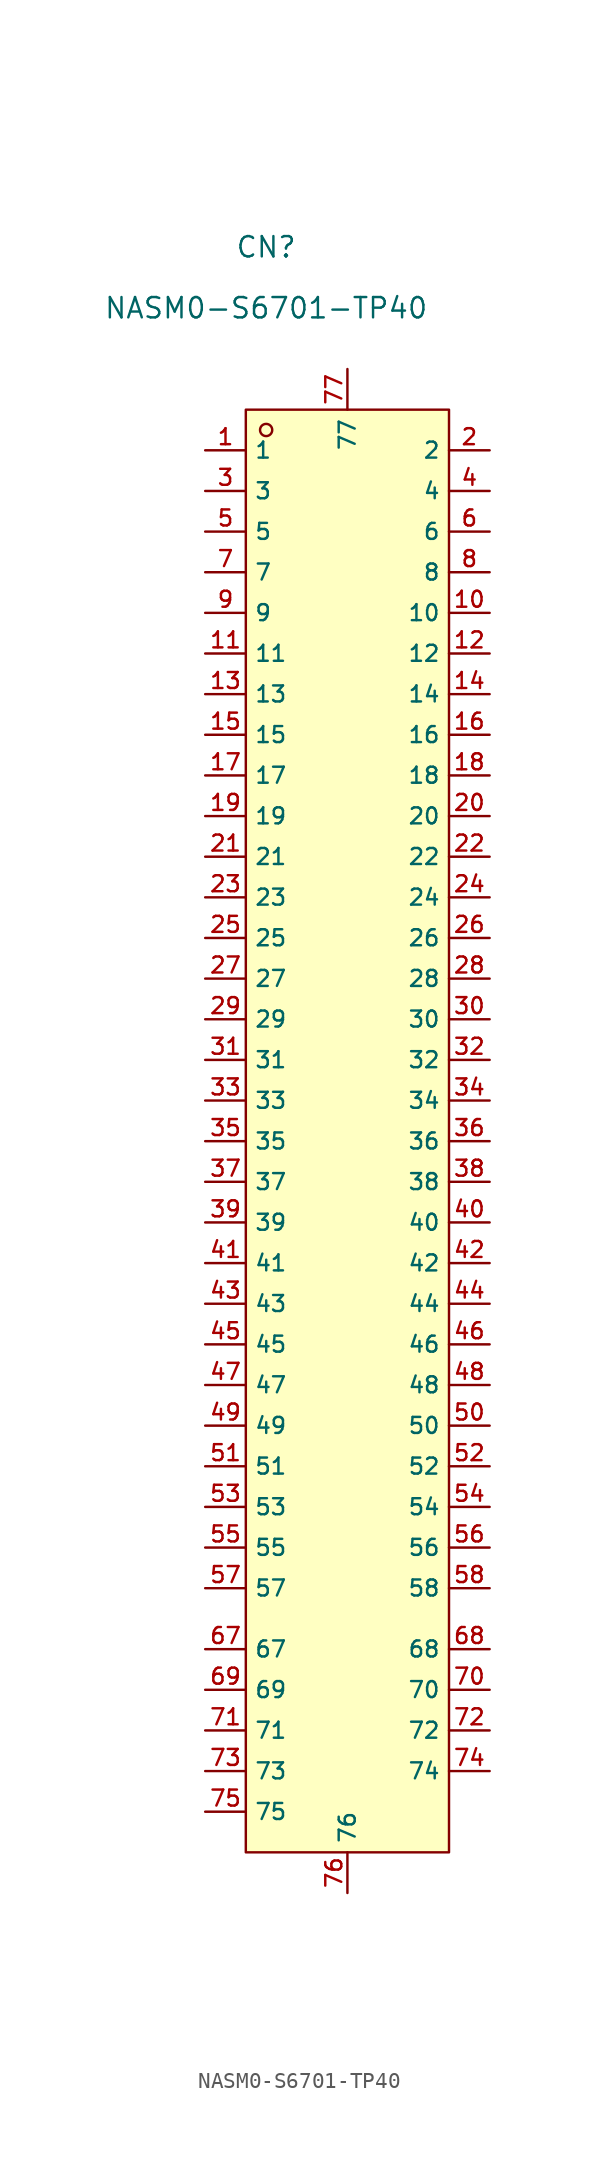
<source format=kicad_sym>
(kicad_symbol_lib
  (version 20210201)
  (generator TousstNicolas/JLC2KiCad_lib)
  (symbol "NASM0-S6701-TP40"
    (property "Reference" "CN"
      (at 0 1.27 0)
      (effects (font (size 1.27 1.27))))
    (property "Value" "NASM0-S6701-TP40"
      (at 0 -2.54 0)
      (effects (font (size 1.27 1.27))))
    (symbol "NASM0-S6701-TP40_0_1"
      (pin unspecified line (at 5.08 -101.6 90) (length 2.54) (name "76" (effects (font (size 1 1)))) (number "76" (effects (font (size 1 1)))))
      (pin unspecified line (at 5.08 -6.35 270) (length 2.54) (name "77" (effects (font (size 1 1)))) (number "77" (effects (font (size 1 1)))))
      (pin unspecified line (at -3.81 -96.52 0) (length 2.54) (name "75" (effects (font (size 1 1)))) (number "75" (effects (font (size 1 1)))))
      (pin unspecified line (at 13.97 -11.43 180) (length 2.54) (name "2" (effects (font (size 1 1)))) (number "2" (effects (font (size 1 1)))))
      (pin unspecified line (at -3.81 -93.98 0) (length 2.54) (name "73" (effects (font (size 1 1)))) (number "73" (effects (font (size 1 1)))))
      (pin unspecified line (at 13.97 -13.97 180) (length 2.54) (name "4" (effects (font (size 1 1)))) (number "4" (effects (font (size 1 1)))))
      (pin unspecified line (at -3.81 -91.44 0) (length 2.54) (name "71" (effects (font (size 1 1)))) (number "71" (effects (font (size 1 1)))))
      (pin unspecified line (at 13.97 -16.51 180) (length 2.54) (name "6" (effects (font (size 1 1)))) (number "6" (effects (font (size 1 1)))))
      (pin unspecified line (at -3.81 -88.9 0) (length 2.54) (name "69" (effects (font (size 1 1)))) (number "69" (effects (font (size 1 1)))))
      (pin unspecified line (at 13.97 -19.05 180) (length 2.54) (name "8" (effects (font (size 1 1)))) (number "8" (effects (font (size 1 1)))))
      (pin unspecified line (at -3.81 -86.36 0) (length 2.54) (name "67" (effects (font (size 1 1)))) (number "67" (effects (font (size 1 1)))))
      (pin unspecified line (at 13.97 -21.59 180) (length 2.54) (name "10" (effects (font (size 1 1)))) (number "10" (effects (font (size 1 1)))))
      (pin unspecified line (at 13.97 -24.13 180) (length 2.54) (name "12" (effects (font (size 1 1)))) (number "12" (effects (font (size 1 1)))))
      (pin unspecified line (at 13.97 -26.67 180) (length 2.54) (name "14" (effects (font (size 1 1)))) (number "14" (effects (font (size 1 1)))))
      (pin unspecified line (at 13.97 -29.21 180) (length 2.54) (name "16" (effects (font (size 1 1)))) (number "16" (effects (font (size 1 1)))))
      (pin unspecified line (at 13.97 -31.75 180) (length 2.54) (name "18" (effects (font (size 1 1)))) (number "18" (effects (font (size 1 1)))))
      (pin unspecified line (at -3.81 -82.55 0) (length 2.54) (name "57" (effects (font (size 1 1)))) (number "57" (effects (font (size 1 1)))))
      (pin unspecified line (at 13.97 -34.29 180) (length 2.54) (name "20" (effects (font (size 1 1)))) (number "20" (effects (font (size 1 1)))))
      (pin unspecified line (at -3.81 -80.01 0) (length 2.54) (name "55" (effects (font (size 1 1)))) (number "55" (effects (font (size 1 1)))))
      (pin unspecified line (at 13.97 -36.83 180) (length 2.54) (name "22" (effects (font (size 1 1)))) (number "22" (effects (font (size 1 1)))))
      (pin unspecified line (at -3.81 -77.47 0) (length 2.54) (name "53" (effects (font (size 1 1)))) (number "53" (effects (font (size 1 1)))))
      (pin unspecified line (at 13.97 -39.37 180) (length 2.54) (name "24" (effects (font (size 1 1)))) (number "24" (effects (font (size 1 1)))))
      (pin unspecified line (at -3.81 -74.93 0) (length 2.54) (name "51" (effects (font (size 1 1)))) (number "51" (effects (font (size 1 1)))))
      (pin unspecified line (at 13.97 -41.91 180) (length 2.54) (name "26" (effects (font (size 1 1)))) (number "26" (effects (font (size 1 1)))))
      (pin unspecified line (at -3.81 -72.39 0) (length 2.54) (name "49" (effects (font (size 1 1)))) (number "49" (effects (font (size 1 1)))))
      (pin unspecified line (at 13.97 -44.45 180) (length 2.54) (name "28" (effects (font (size 1 1)))) (number "28" (effects (font (size 1 1)))))
      (pin unspecified line (at -3.81 -69.85 0) (length 2.54) (name "47" (effects (font (size 1 1)))) (number "47" (effects (font (size 1 1)))))
      (pin unspecified line (at 13.97 -46.99 180) (length 2.54) (name "30" (effects (font (size 1 1)))) (number "30" (effects (font (size 1 1)))))
      (pin unspecified line (at -3.81 -67.31 0) (length 2.54) (name "45" (effects (font (size 1 1)))) (number "45" (effects (font (size 1 1)))))
      (pin unspecified line (at 13.97 -49.53 180) (length 2.54) (name "32" (effects (font (size 1 1)))) (number "32" (effects (font (size 1 1)))))
      (pin unspecified line (at -3.81 -64.77 0) (length 2.54) (name "43" (effects (font (size 1 1)))) (number "43" (effects (font (size 1 1)))))
      (pin unspecified line (at 13.97 -52.07 180) (length 2.54) (name "34" (effects (font (size 1 1)))) (number "34" (effects (font (size 1 1)))))
      (pin unspecified line (at -3.81 -62.23 0) (length 2.54) (name "41" (effects (font (size 1 1)))) (number "41" (effects (font (size 1 1)))))
      (pin unspecified line (at 13.97 -54.61 180) (length 2.54) (name "36" (effects (font (size 1 1)))) (number "36" (effects (font (size 1 1)))))
      (pin unspecified line (at -3.81 -59.69 0) (length 2.54) (name "39" (effects (font (size 1 1)))) (number "39" (effects (font (size 1 1)))))
      (pin unspecified line (at 13.97 -57.15 180) (length 2.54) (name "38" (effects (font (size 1 1)))) (number "38" (effects (font (size 1 1)))))
      (pin unspecified line (at -3.81 -57.15 0) (length 2.54) (name "37" (effects (font (size 1 1)))) (number "37" (effects (font (size 1 1)))))
      (pin unspecified line (at 13.97 -59.69 180) (length 2.54) (name "40" (effects (font (size 1 1)))) (number "40" (effects (font (size 1 1)))))
      (pin unspecified line (at -3.81 -54.61 0) (length 2.54) (name "35" (effects (font (size 1 1)))) (number "35" (effects (font (size 1 1)))))
      (pin unspecified line (at 13.97 -62.23 180) (length 2.54) (name "42" (effects (font (size 1 1)))) (number "42" (effects (font (size 1 1)))))
      (pin unspecified line (at -3.81 -52.07 0) (length 2.54) (name "33" (effects (font (size 1 1)))) (number "33" (effects (font (size 1 1)))))
      (pin unspecified line (at 13.97 -64.77 180) (length 2.54) (name "44" (effects (font (size 1 1)))) (number "44" (effects (font (size 1 1)))))
      (pin unspecified line (at -3.81 -49.53 0) (length 2.54) (name "31" (effects (font (size 1 1)))) (number "31" (effects (font (size 1 1)))))
      (pin unspecified line (at 13.97 -67.31 180) (length 2.54) (name "46" (effects (font (size 1 1)))) (number "46" (effects (font (size 1 1)))))
      (pin unspecified line (at -3.81 -46.99 0) (length 2.54) (name "29" (effects (font (size 1 1)))) (number "29" (effects (font (size 1 1)))))
      (pin unspecified line (at 13.97 -69.85 180) (length 2.54) (name "48" (effects (font (size 1 1)))) (number "48" (effects (font (size 1 1)))))
      (pin unspecified line (at -3.81 -44.45 0) (length 2.54) (name "27" (effects (font (size 1 1)))) (number "27" (effects (font (size 1 1)))))
      (pin unspecified line (at 13.97 -72.39 180) (length 2.54) (name "50" (effects (font (size 1 1)))) (number "50" (effects (font (size 1 1)))))
      (pin unspecified line (at -3.81 -41.91 0) (length 2.54) (name "25" (effects (font (size 1 1)))) (number "25" (effects (font (size 1 1)))))
      (pin unspecified line (at 13.97 -74.93 180) (length 2.54) (name "52" (effects (font (size 1 1)))) (number "52" (effects (font (size 1 1)))))
      (pin unspecified line (at -3.81 -39.37 0) (length 2.54) (name "23" (effects (font (size 1 1)))) (number "23" (effects (font (size 1 1)))))
      (pin unspecified line (at 13.97 -77.47 180) (length 2.54) (name "54" (effects (font (size 1 1)))) (number "54" (effects (font (size 1 1)))))
      (pin unspecified line (at -3.81 -36.83 0) (length 2.54) (name "21" (effects (font (size 1 1)))) (number "21" (effects (font (size 1 1)))))
      (pin unspecified line (at 13.97 -80.01 180) (length 2.54) (name "56" (effects (font (size 1 1)))) (number "56" (effects (font (size 1 1)))))
      (pin unspecified line (at -3.81 -34.29 0) (length 2.54) (name "19" (effects (font (size 1 1)))) (number "19" (effects (font (size 1 1)))))
      (pin unspecified line (at 13.97 -82.55 180) (length 2.54) (name "58" (effects (font (size 1 1)))) (number "58" (effects (font (size 1 1)))))
      (pin unspecified line (at -3.81 -31.75 0) (length 2.54) (name "17" (effects (font (size 1 1)))) (number "17" (effects (font (size 1 1)))))
      (pin unspecified line (at -3.81 -29.21 0) (length 2.54) (name "15" (effects (font (size 1 1)))) (number "15" (effects (font (size 1 1)))))
      (pin unspecified line (at -3.81 -26.67 0) (length 2.54) (name "13" (effects (font (size 1 1)))) (number "13" (effects (font (size 1 1)))))
      (pin unspecified line (at -3.81 -24.13 0) (length 2.54) (name "11" (effects (font (size 1 1)))) (number "11" (effects (font (size 1 1)))))
      (pin unspecified line (at -3.81 -21.59 0) (length 2.54) (name "9" (effects (font (size 1 1)))) (number "9" (effects (font (size 1 1)))))
      (pin unspecified line (at 13.97 -86.36 180) (length 2.54) (name "68" (effects (font (size 1 1)))) (number "68" (effects (font (size 1 1)))))
      (pin unspecified line (at -3.81 -19.05 0) (length 2.54) (name "7" (effects (font (size 1 1)))) (number "7" (effects (font (size 1 1)))))
      (pin unspecified line (at 13.97 -88.9 180) (length 2.54) (name "70" (effects (font (size 1 1)))) (number "70" (effects (font (size 1 1)))))
      (pin unspecified line (at -3.81 -16.51 0) (length 2.54) (name "5" (effects (font (size 1 1)))) (number "5" (effects (font (size 1 1)))))
      (pin unspecified line (at 13.97 -91.44 180) (length 2.54) (name "72" (effects (font (size 1 1)))) (number "72" (effects (font (size 1 1)))))
      (pin unspecified line (at -3.81 -13.97 0) (length 2.54) (name "3" (effects (font (size 1 1)))) (number "3" (effects (font (size 1 1)))))
      (pin unspecified line (at 13.97 -93.98 180) (length 2.54) (name "74" (effects (font (size 1 1)))) (number "74" (effects (font (size 1 1)))))
      (pin unspecified line (at -3.81 -11.43 0) (length 2.54) (name "1" (effects (font (size 1 1)))) (number "1" (effects (font (size 1 1)))))
      (circle (center 0.0 -10.16) (radius 0.381) (stroke (width 0) (type default) (color 0 0 0 0)) (fill (type background)))
      (rectangle (start -1.27 -8.89) (end 11.43 -99.06) (stroke (width 0) (type default) (color 0 0 0 0)) (fill (type background))))))
</source>
